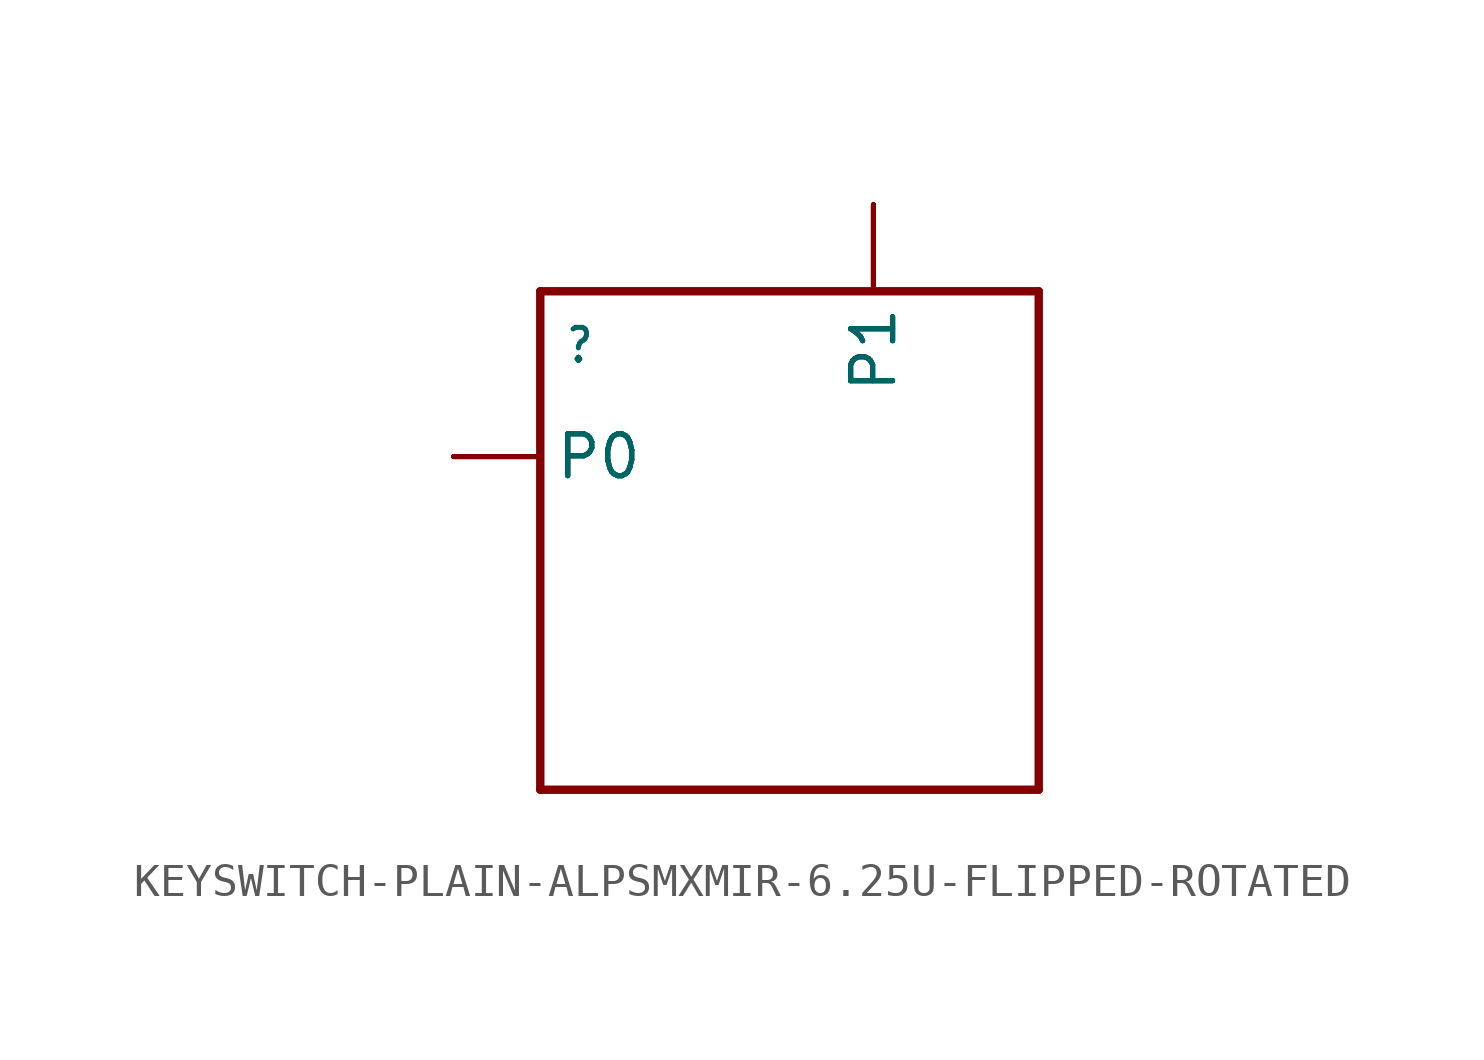
<source format=kicad_sym>
(kicad_symbol_lib
  (version 20211014)
  (generator kicad_symbol_editor)
  (symbol "KEYSWITCH-PLAIN-ALPSMXMIR-6.25U-FLIPPED-ROTATED"
    (property "Reference" ""
      (at -6.81 5.318 0)
      (effects (font (size 1 0.85)) (justify left bottom)))
    (property "ki_locked" ""
      (at 0 0 0)
      (effects (font (size 1.27 1.27))))
    (symbol "KEYSWITCH-PLAIN-ALPSMXMIR-6.25U-FLIPPED-ROTATED_1_0"
      (polyline (pts (xy -7.54 -7.54) (xy -7.54 7.54)) (stroke (width 0.254) (type default) (color 0 0 0 0)) (fill (type none)))
      (polyline (pts (xy -7.54 7.54) (xy 7.54 7.54)) (stroke (width 0.254) (type default) (color 0 0 0 0)) (fill (type none)))
      (polyline (pts (xy 7.54 -7.54) (xy -7.54 -7.54)) (stroke (width 0.254) (type default) (color 0 0 0 0)) (fill (type none)))
      (polyline (pts (xy 7.54 7.54) (xy 7.54 -7.54)) (stroke (width 0.254) (type default) (color 0 0 0 0)) (fill (type none)))
      (pin bidirectional line (at -10.16 2.54 0) (length 2.54) (name "P0" (effects (font (size 1.27 1.27)))) (number "ALPS1" (effects (font (size 0 0)))))
      (pin bidirectional line (at 2.54 10.16 270) (length 2.54) (name "P1" (effects (font (size 1.27 1.27)))) (number "ALPS2" (effects (font (size 0 0)))))
      (pin bidirectional line (at -10.16 2.54 0) (length 2.54) (name "P0" (effects (font (size 1.27 1.27)))) (number "ALPS3" (effects (font (size 0 0)))))
      (pin bidirectional line (at 2.54 10.16 270) (length 2.54) (name "P1" (effects (font (size 1.27 1.27)))) (number "ALPS4" (effects (font (size 0 0)))))
      (pin bidirectional line (at -10.16 2.54 0) (length 2.54) (name "P0" (effects (font (size 1.27 1.27)))) (number "MX1" (effects (font (size 0 0)))))
      (pin bidirectional line (at 2.54 10.16 270) (length 2.54) (name "P1" (effects (font (size 1.27 1.27)))) (number "MX2" (effects (font (size 0 0)))))
      (pin bidirectional line (at -10.16 2.54 0) (length 2.54) (name "P0" (effects (font (size 1.27 1.27)))) (number "MX3" (effects (font (size 0 0)))))
      (pin bidirectional line (at 2.54 10.16 270) (length 2.54) (name "P1" (effects (font (size 1.27 1.27)))) (number "MX4" (effects (font (size 0 0))))))))
</source>
